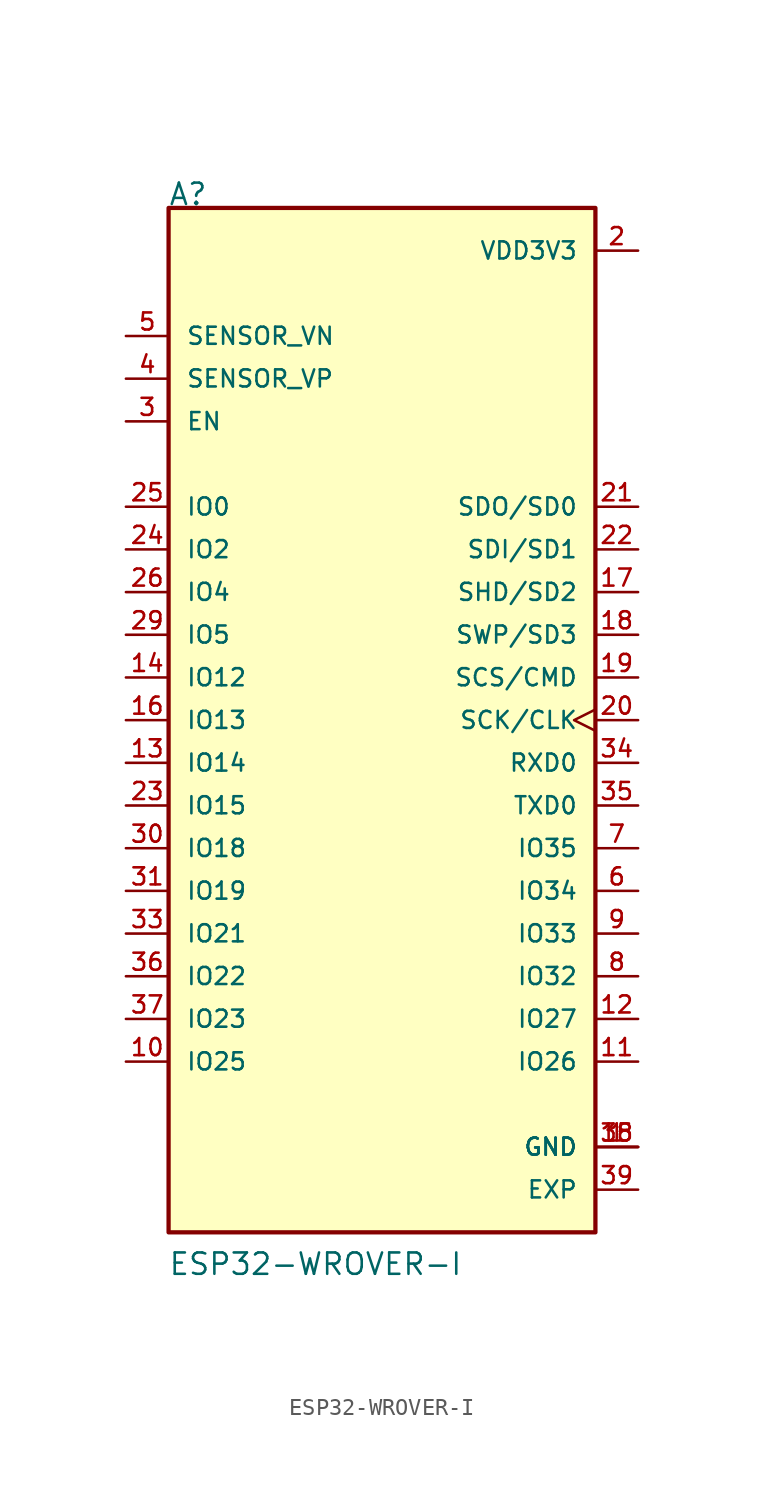
<source format=kicad_sym>
(kicad_symbol_lib
  (version 20211014)
  (generator kicad_symbol_editor)
  (symbol "ESP32-WROVER-I"
    (pin_names
      (offset 1.016))
    (property "Reference" "A"
      (at -12.731 30.554 0)
      (effects (font (size 1.27 1.27)) (justify bottom left)))
    (property "Value" "ESP32-WROVER-I"
      (at -12.736 -33.11 0)
      (effects (font (size 1.27 1.27)) (justify bottom left)))
    (symbol "ESP32-WROVER-I_0_0"
      (rectangle (start -12.7 -30.48) (end 12.7 30.48) (stroke (width 0.254)) (fill (type background)))
      (pin power_in line (at 15.24 -25.4 180.0) (length 2.54) (name "GND" (effects (font (size 1.016 1.016)))) (number "1" (effects (font (size 1.016 1.016)))))
      (pin power_in line (at 15.24 -25.4 180.0) (length 2.54) (name "GND" (effects (font (size 1.016 1.016)))) (number "15" (effects (font (size 1.016 1.016)))))
      (pin power_in line (at 15.24 -25.4 180.0) (length 2.54) (name "GND" (effects (font (size 1.016 1.016)))) (number "38" (effects (font (size 1.016 1.016)))))
      (pin power_in line (at 15.24 27.94 180.0) (length 2.54) (name "VDD3V3" (effects (font (size 1.016 1.016)))) (number "2" (effects (font (size 1.016 1.016)))))
      (pin input line (at -15.24 17.78 0) (length 2.54) (name "EN" (effects (font (size 1.016 1.016)))) (number "3" (effects (font (size 1.016 1.016)))))
      (pin input line (at -15.24 20.32 0) (length 2.54) (name "SENSOR_VP" (effects (font (size 1.016 1.016)))) (number "4" (effects (font (size 1.016 1.016)))))
      (pin input line (at -15.24 22.86 0) (length 2.54) (name "SENSOR_VN" (effects (font (size 1.016 1.016)))) (number "5" (effects (font (size 1.016 1.016)))))
      (pin bidirectional line (at 15.24 7.62 180.0) (length 2.54) (name "SHD/SD2" (effects (font (size 1.016 1.016)))) (number "17" (effects (font (size 1.016 1.016)))))
      (pin bidirectional line (at 15.24 5.08 180.0) (length 2.54) (name "SWP/SD3" (effects (font (size 1.016 1.016)))) (number "18" (effects (font (size 1.016 1.016)))))
      (pin bidirectional line (at 15.24 2.54 180.0) (length 2.54) (name "SCS/CMD" (effects (font (size 1.016 1.016)))) (number "19" (effects (font (size 1.016 1.016)))))
      (pin bidirectional clock (at 15.24 0.0 180.0) (length 2.54) (name "SCK/CLK" (effects (font (size 1.016 1.016)))) (number "20" (effects (font (size 1.016 1.016)))))
      (pin bidirectional line (at 15.24 12.7 180.0) (length 2.54) (name "SDO/SD0" (effects (font (size 1.016 1.016)))) (number "21" (effects (font (size 1.016 1.016)))))
      (pin bidirectional line (at 15.24 10.16 180.0) (length 2.54) (name "SDI/SD1" (effects (font (size 1.016 1.016)))) (number "22" (effects (font (size 1.016 1.016)))))
      (pin bidirectional line (at -15.24 12.7 0) (length 2.54) (name "IO0" (effects (font (size 1.016 1.016)))) (number "25" (effects (font (size 1.016 1.016)))))
      (pin bidirectional line (at 15.24 -2.54 180.0) (length 2.54) (name "RXD0" (effects (font (size 1.016 1.016)))) (number "34" (effects (font (size 1.016 1.016)))))
      (pin bidirectional line (at 15.24 -5.08 180.0) (length 2.54) (name "TXD0" (effects (font (size 1.016 1.016)))) (number "35" (effects (font (size 1.016 1.016)))))
      (pin bidirectional line (at -15.24 7.62 0) (length 2.54) (name "IO4" (effects (font (size 1.016 1.016)))) (number "26" (effects (font (size 1.016 1.016)))))
      (pin bidirectional line (at -15.24 5.08 0) (length 2.54) (name "IO5" (effects (font (size 1.016 1.016)))) (number "29" (effects (font (size 1.016 1.016)))))
      (pin bidirectional line (at -15.24 2.54 0) (length 2.54) (name "IO12" (effects (font (size 1.016 1.016)))) (number "14" (effects (font (size 1.016 1.016)))))
      (pin bidirectional line (at -15.24 0.0 0) (length 2.54) (name "IO13" (effects (font (size 1.016 1.016)))) (number "16" (effects (font (size 1.016 1.016)))))
      (pin bidirectional line (at -15.24 -2.54 0) (length 2.54) (name "IO14" (effects (font (size 1.016 1.016)))) (number "13" (effects (font (size 1.016 1.016)))))
      (pin bidirectional line (at -15.24 -5.08 0) (length 2.54) (name "IO15" (effects (font (size 1.016 1.016)))) (number "23" (effects (font (size 1.016 1.016)))))
      (pin bidirectional line (at -15.24 -7.62 0) (length 2.54) (name "IO18" (effects (font (size 1.016 1.016)))) (number "30" (effects (font (size 1.016 1.016)))))
      (pin bidirectional line (at -15.24 -10.16 0) (length 2.54) (name "IO19" (effects (font (size 1.016 1.016)))) (number "31" (effects (font (size 1.016 1.016)))))
      (pin bidirectional line (at -15.24 -12.7 0) (length 2.54) (name "IO21" (effects (font (size 1.016 1.016)))) (number "33" (effects (font (size 1.016 1.016)))))
      (pin bidirectional line (at -15.24 -15.24 0) (length 2.54) (name "IO22" (effects (font (size 1.016 1.016)))) (number "36" (effects (font (size 1.016 1.016)))))
      (pin bidirectional line (at -15.24 -17.78 0) (length 2.54) (name "IO23" (effects (font (size 1.016 1.016)))) (number "37" (effects (font (size 1.016 1.016)))))
      (pin bidirectional line (at -15.24 -20.32 0) (length 2.54) (name "IO25" (effects (font (size 1.016 1.016)))) (number "10" (effects (font (size 1.016 1.016)))))
      (pin bidirectional line (at 15.24 -20.32 180.0) (length 2.54) (name "IO26" (effects (font (size 1.016 1.016)))) (number "11" (effects (font (size 1.016 1.016)))))
      (pin bidirectional line (at 15.24 -17.78 180.0) (length 2.54) (name "IO27" (effects (font (size 1.016 1.016)))) (number "12" (effects (font (size 1.016 1.016)))))
      (pin bidirectional line (at 15.24 -15.24 180.0) (length 2.54) (name "IO32" (effects (font (size 1.016 1.016)))) (number "8" (effects (font (size 1.016 1.016)))))
      (pin bidirectional line (at 15.24 -12.7 180.0) (length 2.54) (name "IO33" (effects (font (size 1.016 1.016)))) (number "9" (effects (font (size 1.016 1.016)))))
      (pin input line (at 15.24 -10.16 180.0) (length 2.54) (name "IO34" (effects (font (size 1.016 1.016)))) (number "6" (effects (font (size 1.016 1.016)))))
      (pin input line (at 15.24 -7.62 180.0) (length 2.54) (name "IO35" (effects (font (size 1.016 1.016)))) (number "7" (effects (font (size 1.016 1.016)))))
      (pin bidirectional line (at -15.24 10.16 0) (length 2.54) (name "IO2" (effects (font (size 1.016 1.016)))) (number "24" (effects (font (size 1.016 1.016)))))
      (pin power_in line (at 15.24 -27.94 180.0) (length 2.54) (name "EXP" (effects (font (size 1.016 1.016)))) (number "39" (effects (font (size 1.016 1.016))))))))
</source>
